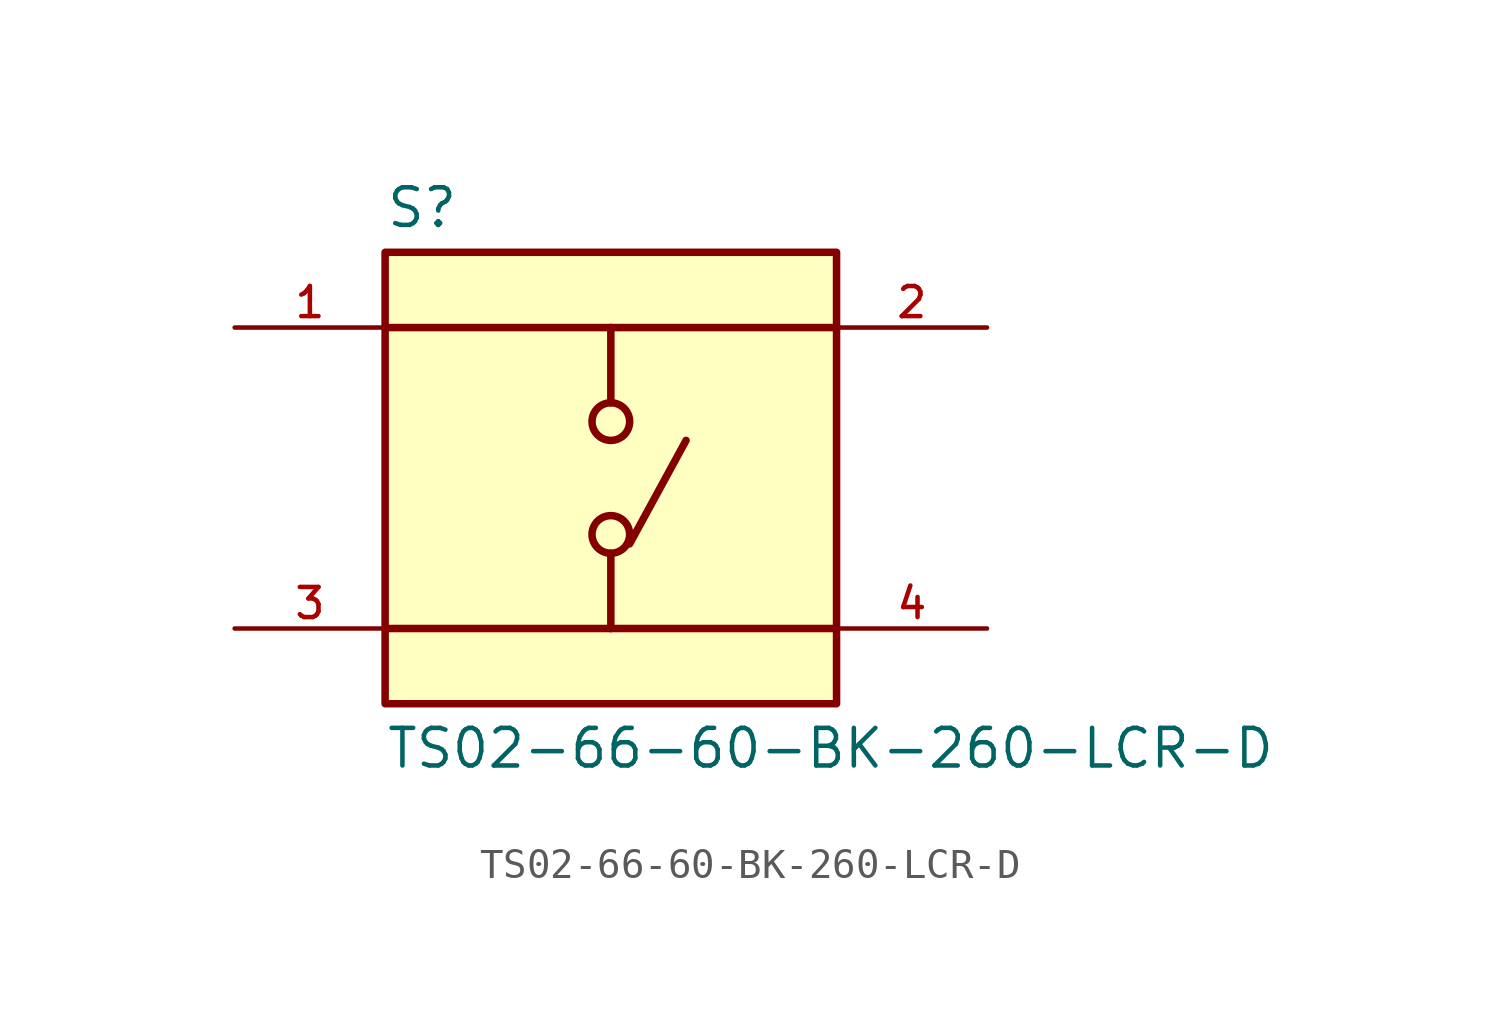
<source format=kicad_sym>
(kicad_symbol_lib
  (version 20211014)
  (generator kicad_symbol_editor)
  (symbol "TS02-66-60-BK-260-LCR-D"
    (pin_names
      (offset 1.016))
    (property "Reference" "S"
      (at -7.62 8.382 0)
      (effects (font (size 1.27 1.27)) (justify bottom left)))
    (property "Value" "TS02-66-60-BK-260-LCR-D"
      (at -7.62 -8.382 0)
      (effects (font (size 1.27 1.27)) (justify top left)))
    (symbol "TS02-66-60-BK-260-LCR-D_0_0"
      (polyline (pts (xy 0.0 5.08) (xy 0.0 2.54)) (stroke (width 0.254)))
      (polyline (pts (xy 0.0 -2.54) (xy 0.0 -5.08)) (stroke (width 0.254)))
      (polyline (pts (xy 0.0 5.08) (xy -7.62 5.08)) (stroke (width 0.254)))
      (polyline (pts (xy 0.0 5.08) (xy 7.62 5.08)) (stroke (width 0.254)))
      (polyline (pts (xy 0.0 -5.08) (xy -7.62 -5.08)) (stroke (width 0.254)))
      (polyline (pts (xy 0.0 -5.08) (xy 7.62 -5.08)) (stroke (width 0.254)))
      (circle (center 0.0 -1.905) (radius 0.635) (stroke (width 0.254)) (fill (type none)))
      (circle (center 0.0 1.905) (radius 0.635) (stroke (width 0.254)) (fill (type none)))
      (polyline (pts (xy 0.635 -2.223) (xy 2.54 1.27)) (stroke (width 0.254)))
      (rectangle (start -7.62 -7.62) (end 7.62 7.62) (stroke (width 0.254)) (fill (type background)))
      (pin passive line (at -12.7 5.08 0) (length 5.08) (name "~" (effects (font (size 1.016 1.016)))) (number "1" (effects (font (size 1.016 1.016)))))
      (pin passive line (at -12.7 -5.08 0) (length 5.08) (name "~" (effects (font (size 1.016 1.016)))) (number "3" (effects (font (size 1.016 1.016)))))
      (pin passive line (at 12.7 5.08 180.0) (length 5.08) (name "~" (effects (font (size 1.016 1.016)))) (number "2" (effects (font (size 1.016 1.016)))))
      (pin passive line (at 12.7 -5.08 180.0) (length 5.08) (name "~" (effects (font (size 1.016 1.016)))) (number "4" (effects (font (size 1.016 1.016))))))))
</source>
